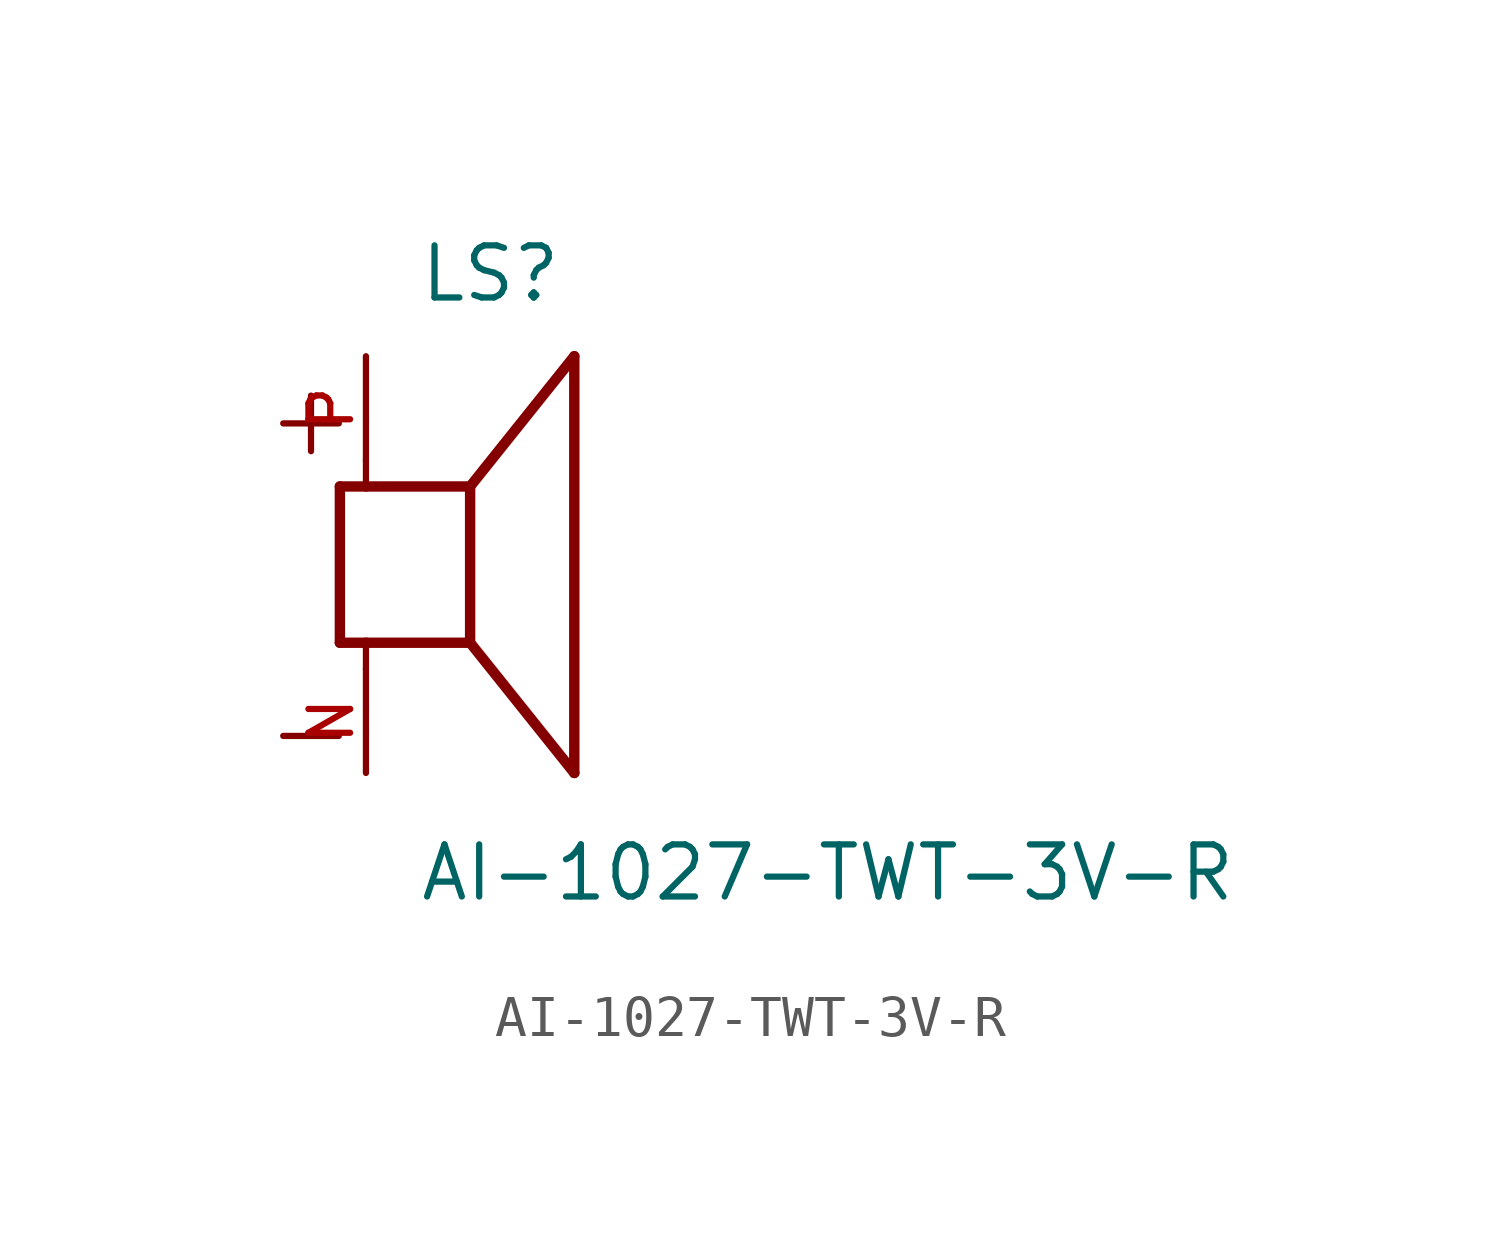
<source format=kicad_sym>
(kicad_symbol_lib
  (version 20211014)
  (generator kicad_symbol_editor)
  (symbol "AI-1027-TWT-3V-R"
    (pin_names
      (offset 1.016))
    (property "Reference" "LS"
      (at -1.27 6.35 0)
      (effects (font (size 1.27 1.27)) (justify bottom left)))
    (property "Value" "AI-1027-TWT-3V-R"
      (at -1.27 -8.255 0)
      (effects (font (size 1.27 1.27)) (justify bottom left)))
    (symbol "AI-1027-TWT-3V-R_0_0"
      (polyline (pts (xy -3.175 1.905) (xy -3.175 -1.905)) (stroke (width 0.254)))
      (polyline (pts (xy -3.175 -1.905) (xy -2.54 -1.905)) (stroke (width 0.254)))
      (polyline (pts (xy 0.0 -1.905) (xy 0.0 1.905)) (stroke (width 0.254)))
      (polyline (pts (xy -3.175 1.905) (xy -2.54 1.905)) (stroke (width 0.254)))
      (polyline (pts (xy 0.0 -1.905) (xy 2.54 -5.08)) (stroke (width 0.254)))
      (polyline (pts (xy 2.54 -5.08) (xy 2.54 5.08)) (stroke (width 0.254)))
      (polyline (pts (xy 0.0 1.905) (xy 2.54 5.08)) (stroke (width 0.254)))
      (polyline (pts (xy -2.54 -2.54) (xy -2.54 -1.905)) (stroke (width 0.152)))
      (polyline (pts (xy -2.54 -1.905) (xy 0.0 -1.905)) (stroke (width 0.254)))
      (polyline (pts (xy -2.54 2.54) (xy -2.54 1.905)) (stroke (width 0.152)))
      (polyline (pts (xy -2.54 1.905) (xy 0.0 1.905)) (stroke (width 0.254)))
      (text "+" (at -5.08 2.54 0) (effects (font (size 1.778 1.778)) (justify bottom left)))
      (text "-" (at -5.08 -5.08 0) (effects (font (size 1.778 1.778)) (justify bottom left)))
      (pin passive line (at -2.54 -5.08 90.0) (length 2.54) (name "~" (effects (font (size 1.016 1.016)))) (number "N" (effects (font (size 1.016 1.016)))))
      (pin passive line (at -2.54 5.08 270.0) (length 2.54) (name "~" (effects (font (size 1.016 1.016)))) (number "P" (effects (font (size 1.016 1.016))))))))
</source>
